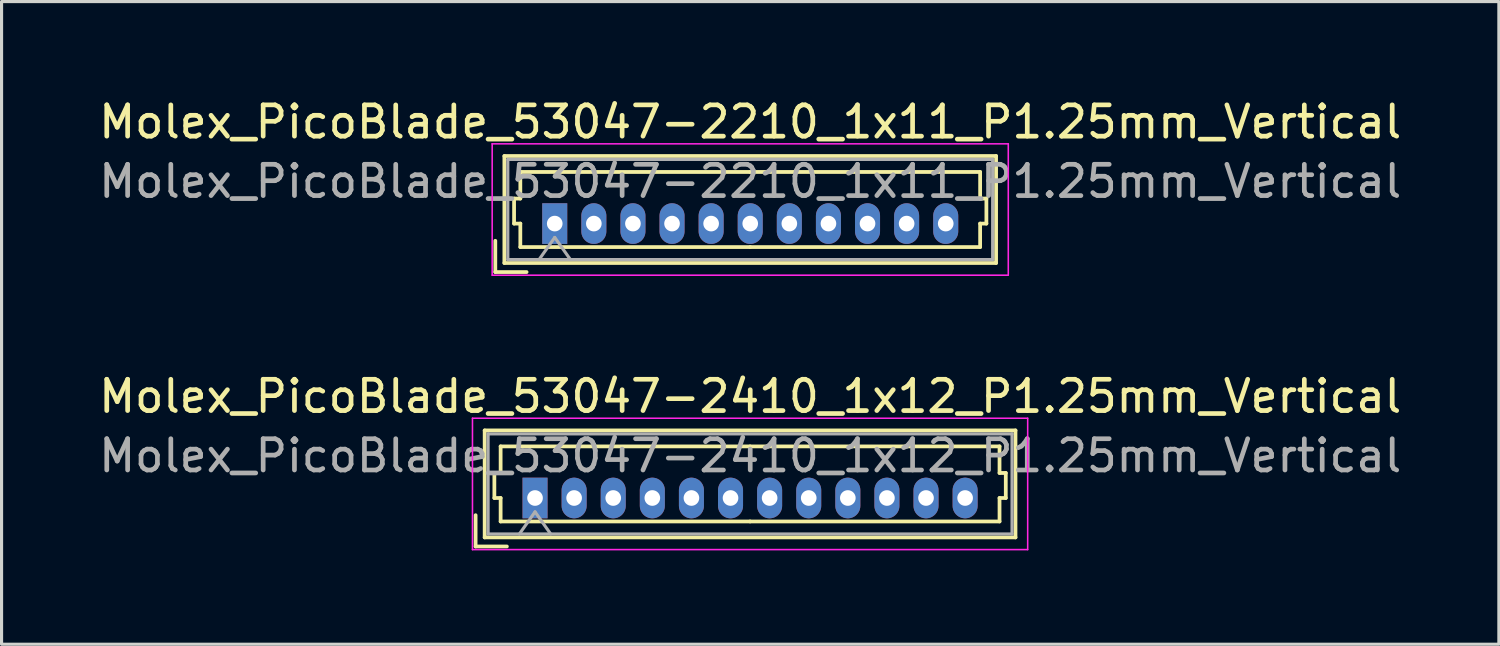
<source format=kicad_pcb>
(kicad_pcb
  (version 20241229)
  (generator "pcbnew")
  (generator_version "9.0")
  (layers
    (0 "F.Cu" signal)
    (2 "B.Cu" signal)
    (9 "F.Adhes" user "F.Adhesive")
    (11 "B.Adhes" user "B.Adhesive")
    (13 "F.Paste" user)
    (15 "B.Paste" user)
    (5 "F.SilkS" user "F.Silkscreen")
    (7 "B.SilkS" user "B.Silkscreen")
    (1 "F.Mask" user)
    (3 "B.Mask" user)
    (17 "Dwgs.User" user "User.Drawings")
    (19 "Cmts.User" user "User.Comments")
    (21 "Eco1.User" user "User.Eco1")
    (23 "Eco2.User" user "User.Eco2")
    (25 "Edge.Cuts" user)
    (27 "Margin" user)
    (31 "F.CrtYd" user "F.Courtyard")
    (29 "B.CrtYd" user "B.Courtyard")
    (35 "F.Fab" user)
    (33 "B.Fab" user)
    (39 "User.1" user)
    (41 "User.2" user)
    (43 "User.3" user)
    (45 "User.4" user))
  (footprint "Molex_PicoBlade_53047-2210_1x11_P1.25mm_Vertical"
    (layer "F.Cu")
    (at 14.685 4.098)
    (property "Reference" "Molex_PicoBlade_53047-2210_1x11_P1.25mm_Vertical" (at 6.25 -3.25 0) (layer "F.SilkS") (effects (font (size 1 1) (thickness 0.15))))
    (attr through_hole)
    (fp_line (start -1.9 1.55) (end -1.9 0.55) (stroke (width 0.12) (type solid)) (layer "F.SilkS"))
    (fp_line (start -1.9 1.55) (end -0.9 1.55) (stroke (width 0.12) (type solid)) (layer "F.SilkS"))
    (fp_line (start -1.61 -2.16) (end -1.61 1.26) (stroke (width 0.12) (type solid)) (layer "F.SilkS"))
    (fp_line (start -1.61 1.26) (end 14.11 1.26) (stroke (width 0.12) (type solid)) (layer "F.SilkS"))
    (fp_line (start -1.3 -0.8) (end -1.1 -0.8) (stroke (width 0.12) (type solid)) (layer "F.SilkS"))
    (fp_line (start -1.3 0) (end -1.3 -0.8) (stroke (width 0.12) (type solid)) (layer "F.SilkS"))
    (fp_line (start -1.1 -1.65) (end 6.25 -1.65) (stroke (width 0.12) (type solid)) (layer "F.SilkS"))
    (fp_line (start -1.1 -0.8) (end -1.1 -1.65) (stroke (width 0.12) (type solid)) (layer "F.SilkS"))
    (fp_line (start -1.1 0) (end -1.3 0) (stroke (width 0.12) (type solid)) (layer "F.SilkS"))
    (fp_line (start -1.1 0.75) (end -1.1 0) (stroke (width 0.12) (type solid)) (layer "F.SilkS"))
    (fp_line (start 6.25 0.75) (end -1.1 0.75) (stroke (width 0.12) (type solid)) (layer "F.SilkS"))
    (fp_line (start 6.25 0.75) (end 13.6 0.75) (stroke (width 0.12) (type solid)) (layer "F.SilkS"))
    (fp_line (start 13.6 -1.65) (end 6.25 -1.65) (stroke (width 0.12) (type solid)) (layer "F.SilkS"))
    (fp_line (start 13.6 -0.8) (end 13.6 -1.65) (stroke (width 0.12) (type solid)) (layer "F.SilkS"))
    (fp_line (start 13.6 0) (end 13.8 0) (stroke (width 0.12) (type solid)) (layer "F.SilkS"))
    (fp_line (start 13.6 0.75) (end 13.6 0) (stroke (width 0.12) (type solid)) (layer "F.SilkS"))
    (fp_line (start 13.8 -0.8) (end 13.6 -0.8) (stroke (width 0.12) (type solid)) (layer "F.SilkS"))
    (fp_line (start 13.8 0) (end 13.8 -0.8) (stroke (width 0.12) (type solid)) (layer "F.SilkS"))
    (fp_line (start 14.11 -2.16) (end -1.61 -2.16) (stroke (width 0.12) (type solid)) (layer "F.SilkS"))
    (fp_line (start 14.11 1.26) (end 14.11 -2.16) (stroke (width 0.12) (type solid)) (layer "F.SilkS"))
    (fp_line (start -2 -2.55) (end -2 1.65) (stroke (width 0.05) (type solid)) (layer "F.CrtYd"))
    (fp_line (start -2 1.65) (end 14.5 1.65) (stroke (width 0.05) (type solid)) (layer "F.CrtYd"))
    (fp_line (start 14.5 -2.55) (end -2 -2.55) (stroke (width 0.05) (type solid)) (layer "F.CrtYd"))
    (fp_line (start 14.5 1.65) (end 14.5 -2.55) (stroke (width 0.05) (type solid)) (layer "F.CrtYd"))
    (fp_line (start -1.5 -2.05) (end -1.5 1.15) (stroke (width 0.1) (type solid)) (layer "F.Fab"))
    (fp_line (start -1.5 1.15) (end 14 1.15) (stroke (width 0.1) (type solid)) (layer "F.Fab"))
    (fp_line (start -0.5 1.15) (end 0 0.443) (stroke (width 0.1) (type solid)) (layer "F.Fab"))
    (fp_line (start 0 0.443) (end 0.5 1.15) (stroke (width 0.1) (type solid)) (layer "F.Fab"))
    (fp_line (start 14 -2.05) (end -1.5 -2.05) (stroke (width 0.1) (type solid)) (layer "F.Fab"))
    (fp_line (start 14 1.15) (end 14 -2.05) (stroke (width 0.1) (type solid)) (layer "F.Fab"))
    (fp_text user "${REFERENCE}" (at 6.25 -1.35 0) (layer "F.Fab") (effects (font (size 1 1) (thickness 0.15))))
    (pad "1" thru_hole rect (at 0 0) (size 0.8 1.3) (drill 0.5) (layers "*.Cu" "*.Mask"))
    (pad "2" thru_hole oval (at 1.25 0) (size 0.8 1.3) (drill 0.5) (layers "*.Cu" "*.Mask"))
    (pad "3" thru_hole oval (at 2.5 0) (size 0.8 1.3) (drill 0.5) (layers "*.Cu" "*.Mask"))
    (pad "4" thru_hole oval (at 3.75 0) (size 0.8 1.3) (drill 0.5) (layers "*.Cu" "*.Mask"))
    (pad "5" thru_hole oval (at 5 0) (size 0.8 1.3) (drill 0.5) (layers "*.Cu" "*.Mask"))
    (pad "6" thru_hole oval (at 6.25 0) (size 0.8 1.3) (drill 0.5) (layers "*.Cu" "*.Mask"))
    (pad "7" thru_hole oval (at 7.5 0) (size 0.8 1.3) (drill 0.5) (layers "*.Cu" "*.Mask"))
    (pad "8" thru_hole oval (at 8.75 0) (size 0.8 1.3) (drill 0.5) (layers "*.Cu" "*.Mask"))
    (pad "9" thru_hole oval (at 10 0) (size 0.8 1.3) (drill 0.5) (layers "*.Cu" "*.Mask"))
    (pad "10" thru_hole oval (at 11.25 0) (size 0.8 1.3) (drill 0.5) (layers "*.Cu" "*.Mask"))
    (pad "11" thru_hole oval (at 12.5 0) (size 0.8 1.3) (drill 0.5) (layers "*.Cu" "*.Mask")))
  (footprint "Molex_PicoBlade_53047-2410_1x12_P1.25mm_Vertical"
    (layer "F.Cu")
    (at 14.055 12.871)
    (property "Reference" "Molex_PicoBlade_53047-2410_1x12_P1.25mm_Vertical" (at 6.88 -3.25 0) (layer "F.SilkS") (effects (font (size 1 1) (thickness 0.15))))
    (attr through_hole)
    (fp_line (start -1.9 1.55) (end -1.9 0.55) (stroke (width 0.12) (type solid)) (layer "F.SilkS"))
    (fp_line (start -1.9 1.55) (end -0.9 1.55) (stroke (width 0.12) (type solid)) (layer "F.SilkS"))
    (fp_line (start -1.61 -2.16) (end -1.61 1.26) (stroke (width 0.12) (type solid)) (layer "F.SilkS"))
    (fp_line (start -1.61 1.26) (end 15.36 1.26) (stroke (width 0.12) (type solid)) (layer "F.SilkS"))
    (fp_line (start -1.3 -0.8) (end -1.1 -0.8) (stroke (width 0.12) (type solid)) (layer "F.SilkS"))
    (fp_line (start -1.3 0) (end -1.3 -0.8) (stroke (width 0.12) (type solid)) (layer "F.SilkS"))
    (fp_line (start -1.1 -1.65) (end 6.875 -1.65) (stroke (width 0.12) (type solid)) (layer "F.SilkS"))
    (fp_line (start -1.1 -0.8) (end -1.1 -1.65) (stroke (width 0.12) (type solid)) (layer "F.SilkS"))
    (fp_line (start -1.1 0) (end -1.3 0) (stroke (width 0.12) (type solid)) (layer "F.SilkS"))
    (fp_line (start -1.1 0.75) (end -1.1 0) (stroke (width 0.12) (type solid)) (layer "F.SilkS"))
    (fp_line (start 6.875 0.75) (end -1.1 0.75) (stroke (width 0.12) (type solid)) (layer "F.SilkS"))
    (fp_line (start 6.875 0.75) (end 14.85 0.75) (stroke (width 0.12) (type solid)) (layer "F.SilkS"))
    (fp_line (start 14.85 -1.65) (end 6.875 -1.65) (stroke (width 0.12) (type solid)) (layer "F.SilkS"))
    (fp_line (start 14.85 -0.8) (end 14.85 -1.65) (stroke (width 0.12) (type solid)) (layer "F.SilkS"))
    (fp_line (start 14.85 0) (end 15.05 0) (stroke (width 0.12) (type solid)) (layer "F.SilkS"))
    (fp_line (start 14.85 0.75) (end 14.85 0) (stroke (width 0.12) (type solid)) (layer "F.SilkS"))
    (fp_line (start 15.05 -0.8) (end 14.85 -0.8) (stroke (width 0.12) (type solid)) (layer "F.SilkS"))
    (fp_line (start 15.05 0) (end 15.05 -0.8) (stroke (width 0.12) (type solid)) (layer "F.SilkS"))
    (fp_line (start 15.36 -2.16) (end -1.61 -2.16) (stroke (width 0.12) (type solid)) (layer "F.SilkS"))
    (fp_line (start 15.36 1.26) (end 15.36 -2.16) (stroke (width 0.12) (type solid)) (layer "F.SilkS"))
    (fp_line (start -2 -2.55) (end -2 1.65) (stroke (width 0.05) (type solid)) (layer "F.CrtYd"))
    (fp_line (start -2 1.65) (end 15.75 1.65) (stroke (width 0.05) (type solid)) (layer "F.CrtYd"))
    (fp_line (start 15.75 -2.55) (end -2 -2.55) (stroke (width 0.05) (type solid)) (layer "F.CrtYd"))
    (fp_line (start 15.75 1.65) (end 15.75 -2.55) (stroke (width 0.05) (type solid)) (layer "F.CrtYd"))
    (fp_line (start -1.5 -2.05) (end -1.5 1.15) (stroke (width 0.1) (type solid)) (layer "F.Fab"))
    (fp_line (start -1.5 1.15) (end 15.25 1.15) (stroke (width 0.1) (type solid)) (layer "F.Fab"))
    (fp_line (start -0.5 1.15) (end 0 0.443) (stroke (width 0.1) (type solid)) (layer "F.Fab"))
    (fp_line (start 0 0.443) (end 0.5 1.15) (stroke (width 0.1) (type solid)) (layer "F.Fab"))
    (fp_line (start 15.25 -2.05) (end -1.5 -2.05) (stroke (width 0.1) (type solid)) (layer "F.Fab"))
    (fp_line (start 15.25 1.15) (end 15.25 -2.05) (stroke (width 0.1) (type solid)) (layer "F.Fab"))
    (fp_text user "${REFERENCE}" (at 6.88 -1.35 0) (layer "F.Fab") (effects (font (size 1 1) (thickness 0.15))))
    (pad "1" thru_hole rect (at 0 0) (size 0.8 1.3) (drill 0.5) (layers "*.Cu" "*.Mask"))
    (pad "2" thru_hole oval (at 1.25 0) (size 0.8 1.3) (drill 0.5) (layers "*.Cu" "*.Mask"))
    (pad "3" thru_hole oval (at 2.5 0) (size 0.8 1.3) (drill 0.5) (layers "*.Cu" "*.Mask"))
    (pad "4" thru_hole oval (at 3.75 0) (size 0.8 1.3) (drill 0.5) (layers "*.Cu" "*.Mask"))
    (pad "5" thru_hole oval (at 5 0) (size 0.8 1.3) (drill 0.5) (layers "*.Cu" "*.Mask"))
    (pad "6" thru_hole oval (at 6.25 0) (size 0.8 1.3) (drill 0.5) (layers "*.Cu" "*.Mask"))
    (pad "7" thru_hole oval (at 7.5 0) (size 0.8 1.3) (drill 0.5) (layers "*.Cu" "*.Mask"))
    (pad "8" thru_hole oval (at 8.75 0) (size 0.8 1.3) (drill 0.5) (layers "*.Cu" "*.Mask"))
    (pad "9" thru_hole oval (at 10 0) (size 0.8 1.3) (drill 0.5) (layers "*.Cu" "*.Mask"))
    (pad "10" thru_hole oval (at 11.25 0) (size 0.8 1.3) (drill 0.5) (layers "*.Cu" "*.Mask"))
    (pad "11" thru_hole oval (at 12.5 0) (size 0.8 1.3) (drill 0.5) (layers "*.Cu" "*.Mask"))
    (pad "12" thru_hole oval (at 13.75 0) (size 0.8 1.3) (drill 0.5) (layers "*.Cu" "*.Mask")))
  (gr_rect
    (start -3 -3)
    (end 44.869 17.547)
    (stroke (width 0.1) (type default))
    (fill no)
    (layer "Edge.Cuts")))
</source>
